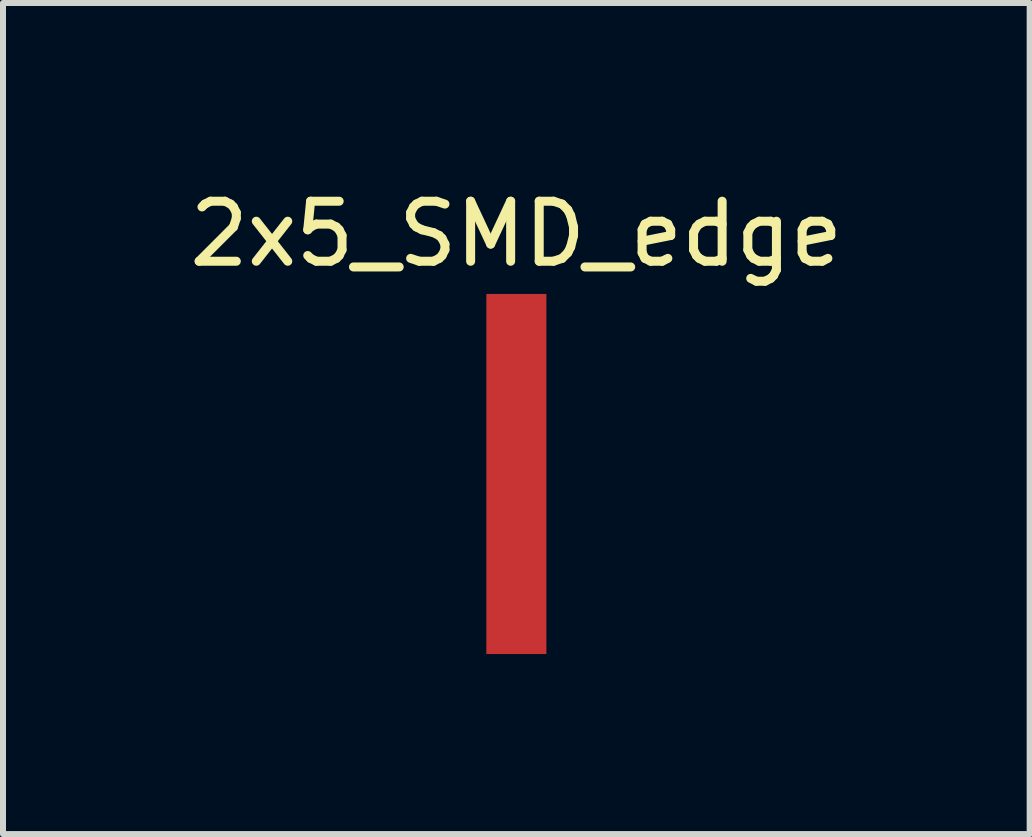
<source format=kicad_pcb>
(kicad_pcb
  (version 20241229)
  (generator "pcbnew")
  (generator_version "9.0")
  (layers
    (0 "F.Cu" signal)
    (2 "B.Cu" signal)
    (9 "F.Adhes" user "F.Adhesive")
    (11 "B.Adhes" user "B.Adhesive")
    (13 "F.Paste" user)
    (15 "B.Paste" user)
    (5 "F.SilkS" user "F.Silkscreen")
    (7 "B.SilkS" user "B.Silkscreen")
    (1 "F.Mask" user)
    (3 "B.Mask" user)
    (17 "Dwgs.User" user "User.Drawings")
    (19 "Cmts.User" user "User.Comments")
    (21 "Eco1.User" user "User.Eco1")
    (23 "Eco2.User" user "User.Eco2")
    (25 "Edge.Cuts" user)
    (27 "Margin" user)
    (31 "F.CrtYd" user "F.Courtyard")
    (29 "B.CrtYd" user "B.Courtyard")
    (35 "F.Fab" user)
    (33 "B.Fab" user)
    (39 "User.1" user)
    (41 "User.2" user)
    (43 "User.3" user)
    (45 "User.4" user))
  (footprint "2x5_SMD_edge"
    (layer "F.Cu")
    (at 5.604 4.898)
    (property "Reference" "2x5_SMD_edge" (at -0.05 -4.05 0) (unlocked yes) (layer "F.SilkS") (effects (font (size 1 1) (thickness 0.15))))
    (attr smd)
    (pad "1" smd rect (at -0.05 -0.05) (size 1 6) (layers "F.Cu" "F.Mask" "F.Paste")))
  (gr_rect
    (start -3 -3)
    (end 14.107 10.848)
    (stroke (width 0.1) (type default))
    (fill no)
    (layer "Edge.Cuts")))
</source>
